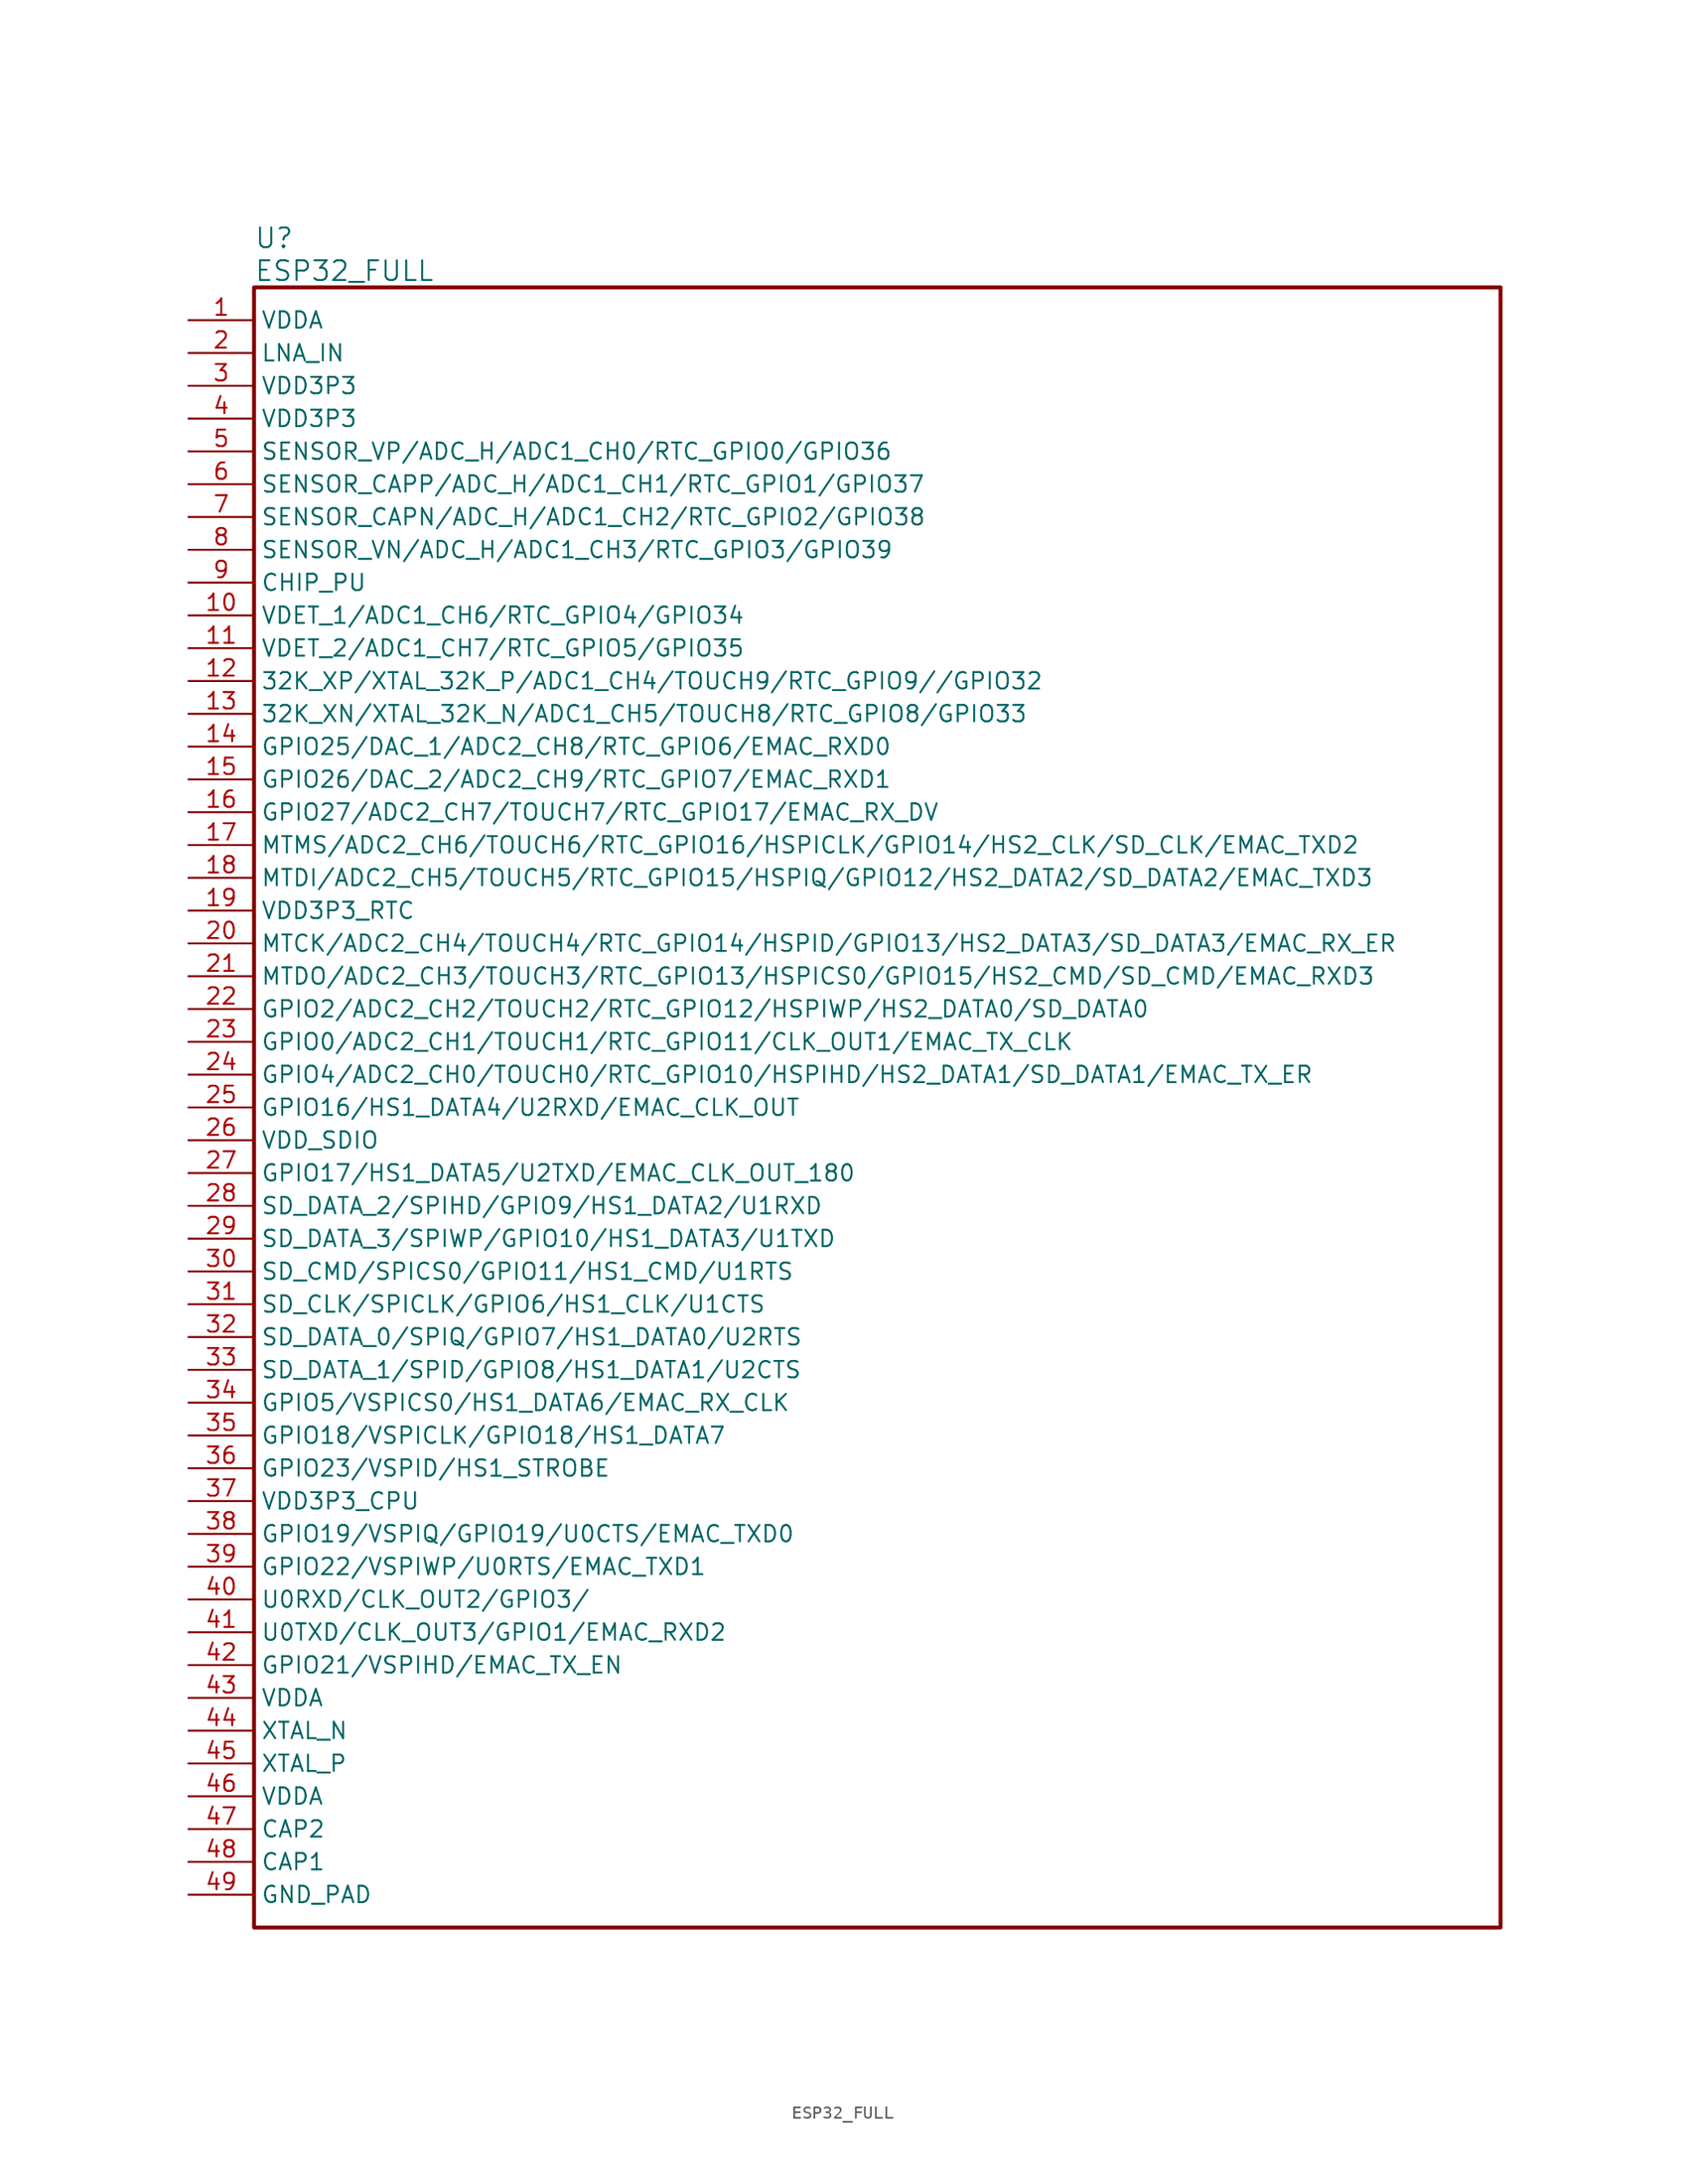
<source format=kicad_sym>
(kicad_symbol_lib
  (version 20201005)
  (generator kicad_symbol_editor)
  (symbol "Zimprich_neu:ESP32_FULL"
    (property "Reference" "U"
      (at 5.08 6.35 0)
      (effects (font (size 1.524 1.524)) (justify left)))
    (property "Value" "ESP32_FULL"
      (at 5.08 3.81 0)
      (effects (font (size 1.524 1.524)) (justify left)))
    (property "ki_locked" ""
      (at 0 0 0)
      (effects (font (size 1.27 1.27))))
    (symbol "ESP32_FULL_1_1"
      (rectangle (start 5.08 2.54) (end 101.6 -124.46) (stroke (width 0.305)) (fill (type none)))
      (pin power_in line (at 0 0 0) (length 5.08) (name "VDDA" (effects (font (size 1.27 1.27)))) (number "1" (effects (font (size 1.27 1.27)))))
      (pin input line (at 0 -22.86 0) (length 5.08) (name "VDET_1/ADC1_CH6/RTC_GPIO4/GPIO34" (effects (font (size 1.27 1.27)))) (number "10" (effects (font (size 1.27 1.27)))))
      (pin input line (at 0 -25.4 0) (length 5.08) (name "VDET_2/ADC1_CH7/RTC_GPIO5/GPIO35" (effects (font (size 1.27 1.27)))) (number "11" (effects (font (size 1.27 1.27)))))
      (pin bidirectional line (at 0 -27.94 0) (length 5.08) (name "32K_XP/XTAL_32K_P/ADC1_CH4/TOUCH9/RTC_GPIO9//GPIO32" (effects (font (size 1.27 1.27)))) (number "12" (effects (font (size 1.27 1.27)))))
      (pin bidirectional line (at 0 -30.48 0) (length 5.08) (name "32K_XN/XTAL_32K_N/ADC1_CH5/TOUCH8/RTC_GPIO8/GPIO33" (effects (font (size 1.27 1.27)))) (number "13" (effects (font (size 1.27 1.27)))))
      (pin bidirectional line (at 0 -33.02 0) (length 5.08) (name "GPIO25/DAC_1/ADC2_CH8/RTC_GPIO6/EMAC_RXD0" (effects (font (size 1.27 1.27)))) (number "14" (effects (font (size 1.27 1.27)))))
      (pin bidirectional line (at 0 -35.56 0) (length 5.08) (name "GPIO26/DAC_2/ADC2_CH9/RTC_GPIO7/EMAC_RXD1" (effects (font (size 1.27 1.27)))) (number "15" (effects (font (size 1.27 1.27)))))
      (pin bidirectional line (at 0 -38.1 0) (length 5.08) (name "GPIO27/ADC2_CH7/TOUCH7/RTC_GPIO17/EMAC_RX_DV" (effects (font (size 1.27 1.27)))) (number "16" (effects (font (size 1.27 1.27)))))
      (pin bidirectional line (at 0 -40.64 0) (length 5.08) (name "MTMS/ADC2_CH6/TOUCH6/RTC_GPIO16/HSPICLK/GPIO14/HS2_CLK/SD_CLK/EMAC_TXD2" (effects (font (size 1.27 1.27)))) (number "17" (effects (font (size 1.27 1.27)))))
      (pin bidirectional line (at 0 -43.18 0) (length 5.08) (name "MTDI/ADC2_CH5/TOUCH5/RTC_GPIO15/HSPIQ/GPIO12/HS2_DATA2/SD_DATA2/EMAC_TXD3" (effects (font (size 1.27 1.27)))) (number "18" (effects (font (size 1.27 1.27)))))
      (pin power_in line (at 0 -45.72 0) (length 5.08) (name "VDD3P3_RTC" (effects (font (size 1.27 1.27)))) (number "19" (effects (font (size 1.27 1.27)))))
      (pin unspecified line (at 0 -2.54 0) (length 5.08) (name "LNA_IN" (effects (font (size 1.27 1.27)))) (number "2" (effects (font (size 1.27 1.27)))))
      (pin bidirectional line (at 0 -48.26 0) (length 5.08) (name "MTCK/ADC2_CH4/TOUCH4/RTC_GPIO14/HSPID/GPIO13/HS2_DATA3/SD_DATA3/EMAC_RX_ER" (effects (font (size 1.27 1.27)))) (number "20" (effects (font (size 1.27 1.27)))))
      (pin bidirectional line (at 0 -50.8 0) (length 5.08) (name "MTDO/ADC2_CH3/TOUCH3/RTC_GPIO13/HSPICS0/GPIO15/HS2_CMD/SD_CMD/EMAC_RXD3" (effects (font (size 1.27 1.27)))) (number "21" (effects (font (size 1.27 1.27)))))
      (pin bidirectional line (at 0 -53.34 0) (length 5.08) (name "GPIO2/ADC2_CH2/TOUCH2/RTC_GPIO12/HSPIWP/HS2_DATA0/SD_DATA0" (effects (font (size 1.27 1.27)))) (number "22" (effects (font (size 1.27 1.27)))))
      (pin bidirectional line (at 0 -55.88 0) (length 5.08) (name "GPIO0/ADC2_CH1/TOUCH1/RTC_GPIO11/CLK_OUT1/EMAC_TX_CLK" (effects (font (size 1.27 1.27)))) (number "23" (effects (font (size 1.27 1.27)))))
      (pin bidirectional line (at 0 -58.42 0) (length 5.08) (name "GPIO4/ADC2_CH0/TOUCH0/RTC_GPIO10/HSPIHD/HS2_DATA1/SD_DATA1/EMAC_TX_ER" (effects (font (size 1.27 1.27)))) (number "24" (effects (font (size 1.27 1.27)))))
      (pin bidirectional line (at 0 -60.96 0) (length 5.08) (name "GPIO16/HS1_DATA4/U2RXD/EMAC_CLK_OUT" (effects (font (size 1.27 1.27)))) (number "25" (effects (font (size 1.27 1.27)))))
      (pin power_in line (at 0 -63.5 0) (length 5.08) (name "VDD_SDIO" (effects (font (size 1.27 1.27)))) (number "26" (effects (font (size 1.27 1.27)))))
      (pin bidirectional line (at 0 -66.04 0) (length 5.08) (name "GPIO17/HS1_DATA5/U2TXD/EMAC_CLK_OUT_180" (effects (font (size 1.27 1.27)))) (number "27" (effects (font (size 1.27 1.27)))))
      (pin bidirectional line (at 0 -68.58 0) (length 5.08) (name "SD_DATA_2/SPIHD/GPIO9/HS1_DATA2/U1RXD" (effects (font (size 1.27 1.27)))) (number "28" (effects (font (size 1.27 1.27)))))
      (pin bidirectional line (at 0 -71.12 0) (length 5.08) (name "SD_DATA_3/SPIWP/GPIO10/HS1_DATA3/U1TXD" (effects (font (size 1.27 1.27)))) (number "29" (effects (font (size 1.27 1.27)))))
      (pin power_in line (at 0 -5.08 0) (length 5.08) (name "VDD3P3" (effects (font (size 1.27 1.27)))) (number "3" (effects (font (size 1.27 1.27)))))
      (pin bidirectional line (at 0 -73.66 0) (length 5.08) (name "SD_CMD/SPICS0/GPIO11/HS1_CMD/U1RTS" (effects (font (size 1.27 1.27)))) (number "30" (effects (font (size 1.27 1.27)))))
      (pin bidirectional line (at 0 -76.2 0) (length 5.08) (name "SD_CLK/SPICLK/GPIO6/HS1_CLK/U1CTS" (effects (font (size 1.27 1.27)))) (number "31" (effects (font (size 1.27 1.27)))))
      (pin bidirectional line (at 0 -78.74 0) (length 5.08) (name "SD_DATA_0/SPIQ/GPIO7/HS1_DATA0/U2RTS" (effects (font (size 1.27 1.27)))) (number "32" (effects (font (size 1.27 1.27)))))
      (pin bidirectional line (at 0 -81.28 0) (length 5.08) (name "SD_DATA_1/SPID/GPIO8/HS1_DATA1/U2CTS" (effects (font (size 1.27 1.27)))) (number "33" (effects (font (size 1.27 1.27)))))
      (pin bidirectional line (at 0 -83.82 0) (length 5.08) (name "GPIO5/VSPICS0/HS1_DATA6/EMAC_RX_CLK" (effects (font (size 1.27 1.27)))) (number "34" (effects (font (size 1.27 1.27)))))
      (pin bidirectional line (at 0 -86.36 0) (length 5.08) (name "GPIO18/VSPICLK/GPIO18/HS1_DATA7" (effects (font (size 1.27 1.27)))) (number "35" (effects (font (size 1.27 1.27)))))
      (pin bidirectional line (at 0 -88.9 0) (length 5.08) (name "GPIO23/VSPID/HS1_STROBE" (effects (font (size 1.27 1.27)))) (number "36" (effects (font (size 1.27 1.27)))))
      (pin power_in line (at 0 -91.44 0) (length 5.08) (name "VDD3P3_CPU" (effects (font (size 1.27 1.27)))) (number "37" (effects (font (size 1.27 1.27)))))
      (pin bidirectional line (at 0 -93.98 0) (length 5.08) (name "GPIO19/VSPIQ/GPIO19/U0CTS/EMAC_TXD0" (effects (font (size 1.27 1.27)))) (number "38" (effects (font (size 1.27 1.27)))))
      (pin bidirectional line (at 0 -96.52 0) (length 5.08) (name "GPIO22/VSPIWP/U0RTS/EMAC_TXD1" (effects (font (size 1.27 1.27)))) (number "39" (effects (font (size 1.27 1.27)))))
      (pin power_in line (at 0 -7.62 0) (length 5.08) (name "VDD3P3" (effects (font (size 1.27 1.27)))) (number "4" (effects (font (size 1.27 1.27)))))
      (pin bidirectional line (at 0 -99.06 0) (length 5.08) (name "U0RXD/CLK_OUT2/GPIO3/" (effects (font (size 1.27 1.27)))) (number "40" (effects (font (size 1.27 1.27)))))
      (pin bidirectional line (at 0 -101.6 0) (length 5.08) (name "U0TXD/CLK_OUT3/GPIO1/EMAC_RXD2" (effects (font (size 1.27 1.27)))) (number "41" (effects (font (size 1.27 1.27)))))
      (pin bidirectional line (at 0 -104.14 0) (length 5.08) (name "GPIO21/VSPIHD/EMAC_TX_EN" (effects (font (size 1.27 1.27)))) (number "42" (effects (font (size 1.27 1.27)))))
      (pin power_in line (at 0 -106.68 0) (length 5.08) (name "VDDA" (effects (font (size 1.27 1.27)))) (number "43" (effects (font (size 1.27 1.27)))))
      (pin passive line (at 0 -109.22 0) (length 5.08) (name "XTAL_N" (effects (font (size 1.27 1.27)))) (number "44" (effects (font (size 1.27 1.27)))))
      (pin passive line (at 0 -111.76 0) (length 5.08) (name "XTAL_P" (effects (font (size 1.27 1.27)))) (number "45" (effects (font (size 1.27 1.27)))))
      (pin power_in line (at 0 -114.3 0) (length 5.08) (name "VDDA" (effects (font (size 1.27 1.27)))) (number "46" (effects (font (size 1.27 1.27)))))
      (pin passive line (at 0 -116.84 0) (length 5.08) (name "CAP2" (effects (font (size 1.27 1.27)))) (number "47" (effects (font (size 1.27 1.27)))))
      (pin passive line (at 0 -119.38 0) (length 5.08) (name "CAP1" (effects (font (size 1.27 1.27)))) (number "48" (effects (font (size 1.27 1.27)))))
      (pin power_in line (at 0 -121.92 0) (length 5.08) (name "GND_PAD" (effects (font (size 1.27 1.27)))) (number "49" (effects (font (size 1.27 1.27)))))
      (pin input line (at 0 -10.16 0) (length 5.08) (name "SENSOR_VP/ADC_H/ADC1_CH0/RTC_GPIO0/GPIO36" (effects (font (size 1.27 1.27)))) (number "5" (effects (font (size 1.27 1.27)))))
      (pin input line (at 0 -12.7 0) (length 5.08) (name "SENSOR_CAPP/ADC_H/ADC1_CH1/RTC_GPIO1/GPIO37" (effects (font (size 1.27 1.27)))) (number "6" (effects (font (size 1.27 1.27)))))
      (pin input line (at 0 -15.24 0) (length 5.08) (name "SENSOR_CAPN/ADC_H/ADC1_CH2/RTC_GPIO2/GPIO38" (effects (font (size 1.27 1.27)))) (number "7" (effects (font (size 1.27 1.27)))))
      (pin input line (at 0 -17.78 0) (length 5.08) (name "SENSOR_VN/ADC_H/ADC1_CH3/RTC_GPIO3/GPIO39" (effects (font (size 1.27 1.27)))) (number "8" (effects (font (size 1.27 1.27)))))
      (pin input line (at 0 -20.32 0) (length 5.08) (name "CHIP_PU" (effects (font (size 1.27 1.27)))) (number "9" (effects (font (size 1.27 1.27))))))))
</source>
